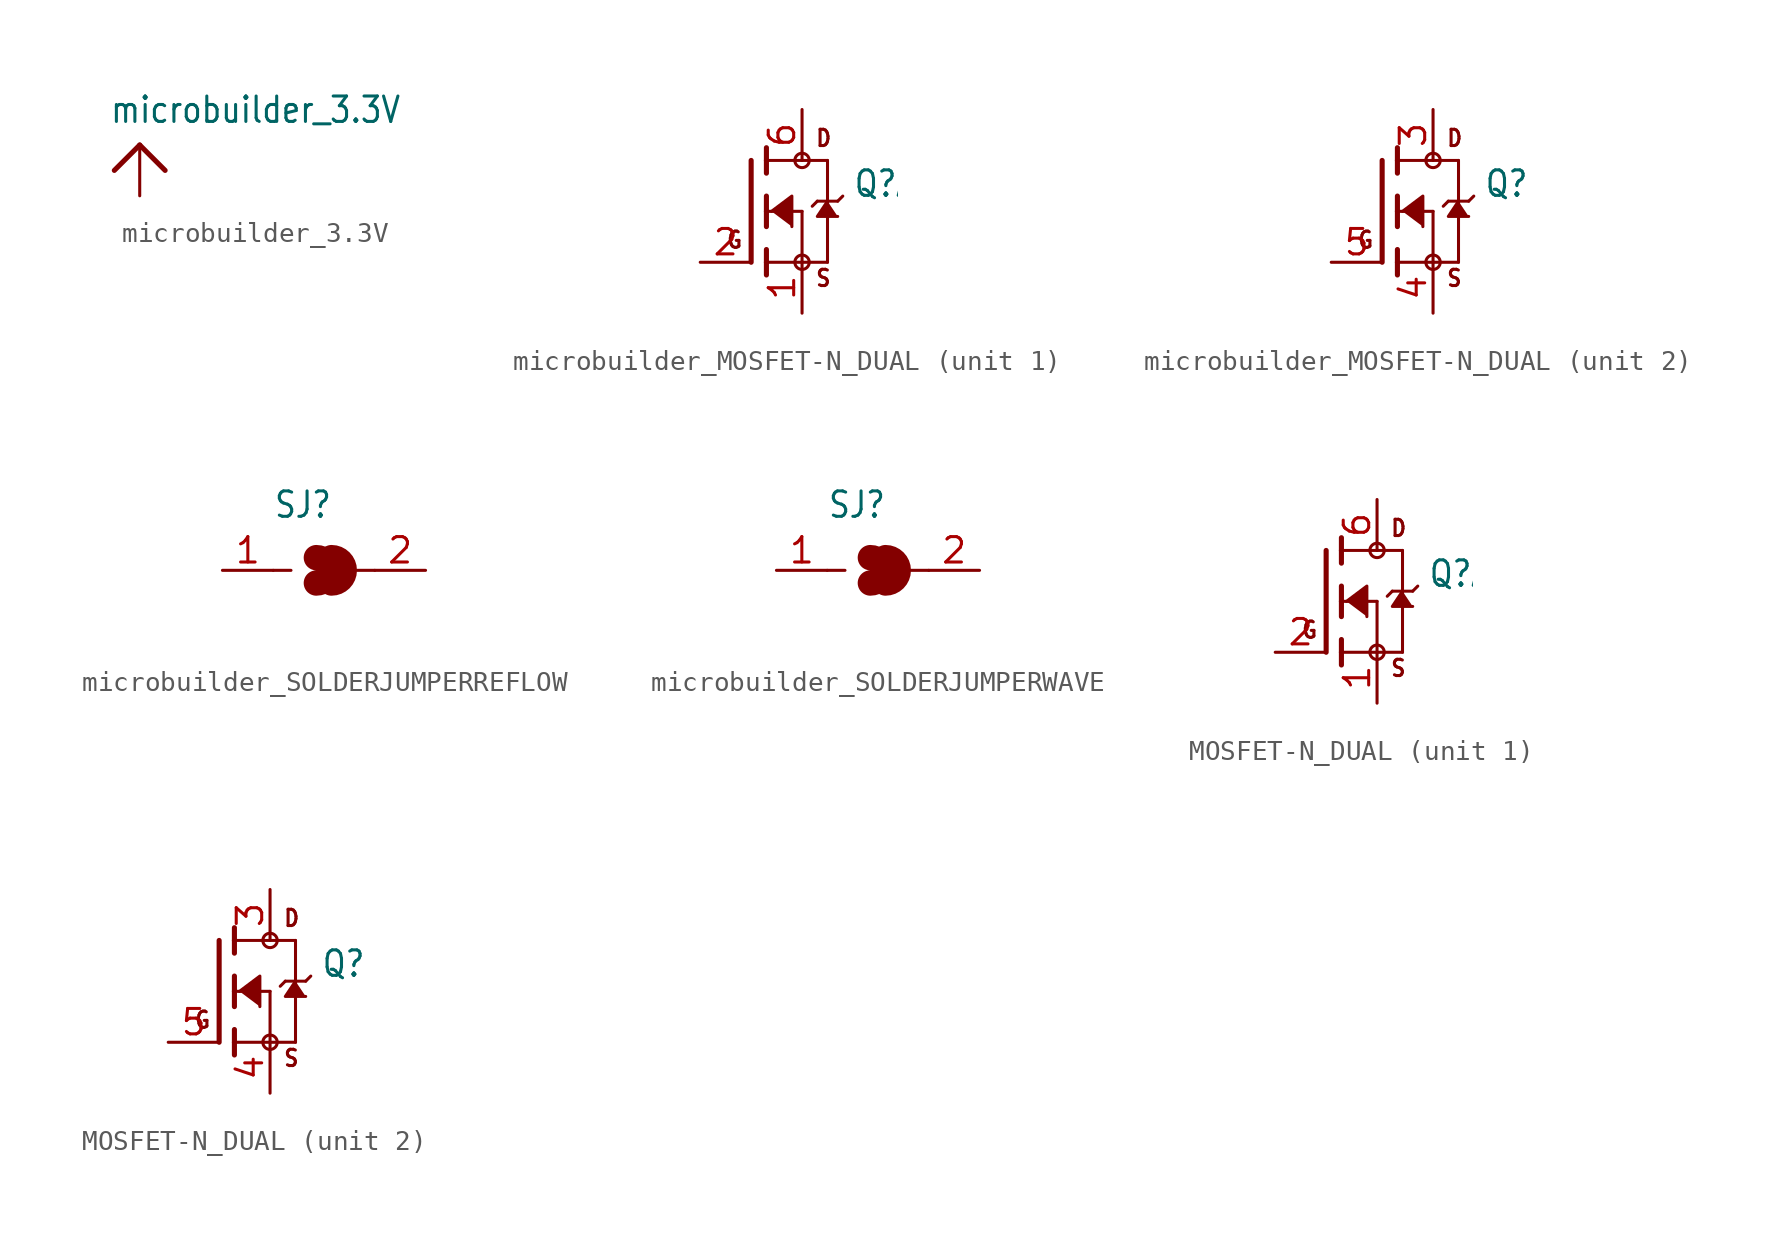
<source format=kicad_sym>
(kicad_symbol_lib
  (version 20220914)
  (generator kicad_symbol_editor)
  (symbol "microbuilder_3.3V"
    (power)
    (property "Reference" ""
      (at 0 0 0)
      (effects (font (size 1.27 1.27)) hide))
    (property "Value" "microbuilder_3.3V"
      (at -1.524 1.016 0)
      (effects (font (size 1.27 1.079)) (justify left bottom)))
    (property "ki_locked" ""
      (at 0 0 0)
      (effects (font (size 1.27 1.27))))
    (symbol "microbuilder_3.3V_1_0"
      (polyline (pts (xy -1.27 -1.27) (xy 0 0)) (stroke (width 0.254) (type solid)) (fill (type none)))
      (polyline (pts (xy 0 0) (xy 1.27 -1.27)) (stroke (width 0.254) (type solid)) (fill (type none)))
      (pin power_in line (at 0 -2.54 90) (length 2.54) (name "3.3V" (effects (font (size 0 0)))) (number "1" (effects (font (size 0 0)))))))
  (symbol "microbuilder_MOSFET-N_DUAL"
    (property "Reference" "Q"
      (at 5.08 0.635 0)
      (effects (font (size 1.27 1.079)) (justify left bottom)))
    (property "Value" ""
      (at 5.08 -1.27 0)
      (effects (font (size 1.27 1.079)) (justify left bottom)))
    (property "ki_locked" ""
      (at 0 0 0)
      (effects (font (size 1.27 1.27))))
    (symbol "microbuilder_MOSFET-N_DUAL_1_0"
      (polyline (pts (xy 0 2.54) (xy 0 -2.54)) (stroke (width 0.254) (type solid)) (fill (type none)))
      (polyline (pts (xy 0.762 -2.54) (xy 0.762 -3.175)) (stroke (width 0.254) (type solid)) (fill (type none)))
      (polyline (pts (xy 0.762 -1.905) (xy 0.762 -2.54)) (stroke (width 0.254) (type solid)) (fill (type none)))
      (polyline (pts (xy 0.762 0) (xy 0.762 -0.762)) (stroke (width 0.254) (type solid)) (fill (type none)))
      (polyline (pts (xy 0.762 0) (xy 2.54 0)) (stroke (width 0.152) (type solid)) (fill (type none)))
      (polyline (pts (xy 0.762 0.762) (xy 0.762 0)) (stroke (width 0.254) (type solid)) (fill (type none)))
      (polyline (pts (xy 0.762 2.54) (xy 0.762 1.905)) (stroke (width 0.254) (type solid)) (fill (type none)))
      (polyline (pts (xy 0.762 2.54) (xy 3.81 2.54)) (stroke (width 0.152) (type solid)) (fill (type none)))
      (polyline (pts (xy 0.762 3.175) (xy 0.762 2.54)) (stroke (width 0.254) (type solid)) (fill (type none)))
      (polyline (pts (xy 2.54 -2.54) (xy 0.762 -2.54)) (stroke (width 0.152) (type solid)) (fill (type none)))
      (polyline (pts (xy 2.54 -2.54) (xy 3.81 -2.54)) (stroke (width 0.152) (type solid)) (fill (type none)))
      (polyline (pts (xy 2.54 0) (xy 2.54 -2.54)) (stroke (width 0.152) (type solid)) (fill (type none)))
      (polyline (pts (xy 3.302 0.508) (xy 3.048 0.254)) (stroke (width 0.152) (type solid)) (fill (type none)))
      (polyline (pts (xy 3.81 0.508) (xy 3.302 0.508)) (stroke (width 0.152) (type solid)) (fill (type none)))
      (polyline (pts (xy 3.81 0.508) (xy 3.81 -2.54)) (stroke (width 0.152) (type solid)) (fill (type none)))
      (polyline (pts (xy 3.81 2.54) (xy 3.81 0.508)) (stroke (width 0.152) (type solid)) (fill (type none)))
      (polyline (pts (xy 4.318 0.508) (xy 3.81 0.508)) (stroke (width 0.152) (type solid)) (fill (type none)))
      (polyline (pts (xy 4.572 0.762) (xy 4.318 0.508)) (stroke (width 0.152) (type solid)) (fill (type none)))
      (polyline (pts (xy 1.016 0) (xy 2.032 0.762) (xy 2.032 -0.762)) (stroke (width 0.152) (type solid)) (fill (type outline)))
      (polyline (pts (xy 3.81 0.508) (xy 3.302 -0.254) (xy 4.318 -0.254)) (stroke (width 0.152) (type solid)) (fill (type outline)))
      (circle (center 2.54 -2.54) (radius 0.359) (stroke (width 0) (type solid)) (fill (type none)))
      (circle (center 2.54 2.54) (radius 0.359) (stroke (width 0) (type solid)) (fill (type none)))
      (text "D" (at 3.175 3.175 0) (effects (font (size 0.813 0.691)) (justify left bottom)))
      (text "G" (at -1.27 -1.905 0) (effects (font (size 0.813 0.691)) (justify left bottom)))
      (text "S" (at 3.175 -3.81 0) (effects (font (size 0.813 0.691)) (justify left bottom)))
      (pin bidirectional line (at 2.54 -5.08 90) (length 2.54) (name "S" (effects (font (size 0 0)))) (number "1" (effects (font (size 1.27 1.27)))))
      (pin bidirectional line (at -2.54 -2.54 0) (length 2.54) (name "G" (effects (font (size 0 0)))) (number "2" (effects (font (size 1.27 1.27)))))
      (pin bidirectional line (at 2.54 5.08 270) (length 2.54) (name "D" (effects (font (size 0 0)))) (number "6" (effects (font (size 1.27 1.27))))))
    (symbol "microbuilder_MOSFET-N_DUAL_2_0"
      (polyline (pts (xy 0 2.54) (xy 0 -2.54)) (stroke (width 0.254) (type solid)) (fill (type none)))
      (polyline (pts (xy 0.762 -2.54) (xy 0.762 -3.175)) (stroke (width 0.254) (type solid)) (fill (type none)))
      (polyline (pts (xy 0.762 -1.905) (xy 0.762 -2.54)) (stroke (width 0.254) (type solid)) (fill (type none)))
      (polyline (pts (xy 0.762 0) (xy 0.762 -0.762)) (stroke (width 0.254) (type solid)) (fill (type none)))
      (polyline (pts (xy 0.762 0) (xy 2.54 0)) (stroke (width 0.152) (type solid)) (fill (type none)))
      (polyline (pts (xy 0.762 0.762) (xy 0.762 0)) (stroke (width 0.254) (type solid)) (fill (type none)))
      (polyline (pts (xy 0.762 2.54) (xy 0.762 1.905)) (stroke (width 0.254) (type solid)) (fill (type none)))
      (polyline (pts (xy 0.762 2.54) (xy 3.81 2.54)) (stroke (width 0.152) (type solid)) (fill (type none)))
      (polyline (pts (xy 0.762 3.175) (xy 0.762 2.54)) (stroke (width 0.254) (type solid)) (fill (type none)))
      (polyline (pts (xy 2.54 -2.54) (xy 0.762 -2.54)) (stroke (width 0.152) (type solid)) (fill (type none)))
      (polyline (pts (xy 2.54 -2.54) (xy 3.81 -2.54)) (stroke (width 0.152) (type solid)) (fill (type none)))
      (polyline (pts (xy 2.54 0) (xy 2.54 -2.54)) (stroke (width 0.152) (type solid)) (fill (type none)))
      (polyline (pts (xy 3.302 0.508) (xy 3.048 0.254)) (stroke (width 0.152) (type solid)) (fill (type none)))
      (polyline (pts (xy 3.81 0.508) (xy 3.302 0.508)) (stroke (width 0.152) (type solid)) (fill (type none)))
      (polyline (pts (xy 3.81 0.508) (xy 3.81 -2.54)) (stroke (width 0.152) (type solid)) (fill (type none)))
      (polyline (pts (xy 3.81 2.54) (xy 3.81 0.508)) (stroke (width 0.152) (type solid)) (fill (type none)))
      (polyline (pts (xy 4.318 0.508) (xy 3.81 0.508)) (stroke (width 0.152) (type solid)) (fill (type none)))
      (polyline (pts (xy 4.572 0.762) (xy 4.318 0.508)) (stroke (width 0.152) (type solid)) (fill (type none)))
      (polyline (pts (xy 1.016 0) (xy 2.032 0.762) (xy 2.032 -0.762)) (stroke (width 0.152) (type solid)) (fill (type outline)))
      (polyline (pts (xy 3.81 0.508) (xy 3.302 -0.254) (xy 4.318 -0.254)) (stroke (width 0.152) (type solid)) (fill (type outline)))
      (circle (center 2.54 -2.54) (radius 0.359) (stroke (width 0) (type solid)) (fill (type none)))
      (circle (center 2.54 2.54) (radius 0.359) (stroke (width 0) (type solid)) (fill (type none)))
      (text "D" (at 3.175 3.175 0) (effects (font (size 0.813 0.691)) (justify left bottom)))
      (text "G" (at -1.27 -1.905 0) (effects (font (size 0.813 0.691)) (justify left bottom)))
      (text "S" (at 3.175 -3.81 0) (effects (font (size 0.813 0.691)) (justify left bottom)))
      (pin bidirectional line (at 2.54 5.08 270) (length 2.54) (name "D" (effects (font (size 0 0)))) (number "3" (effects (font (size 1.27 1.27)))))
      (pin bidirectional line (at 2.54 -5.08 90) (length 2.54) (name "S" (effects (font (size 0 0)))) (number "4" (effects (font (size 1.27 1.27)))))
      (pin bidirectional line (at -2.54 -2.54 0) (length 2.54) (name "G" (effects (font (size 0 0)))) (number "5" (effects (font (size 1.27 1.27)))))))
  (symbol "microbuilder_SOLDERJUMPERREFLOW"
    (property "Reference" "SJ"
      (at -2.54 2.54 0)
      (effects (font (size 1.27 1.079)) (justify left bottom)))
    (property "Value" ""
      (at -2.54 -3.81 0)
      (effects (font (size 1.27 1.079)) (justify left bottom)))
    (property "ki_locked" ""
      (at 0 0 0)
      (effects (font (size 1.27 1.27))))
    (symbol "microbuilder_SOLDERJUMPERREFLOW_1_0"
      (arc (start -0.381 -0.635) (mid 0.2541 -0.0001) (end -0.3808 0.635) (stroke (width 1.27) (type solid)) (fill (type none)))
      (polyline (pts (xy -2.54 0) (xy -1.651 0)) (stroke (width 0.152) (type solid)) (fill (type none)))
      (polyline (pts (xy 2.54 0) (xy 1.651 0)) (stroke (width 0.152) (type solid)) (fill (type none)))
      (arc (start 0.3808 -0.635) (mid 1.0132 -0.0001) (end 0.381 0.635) (stroke (width 1.27) (type solid)) (fill (type none)))
      (pin passive line (at -5.08 0 0) (length 2.54) (name "1" (effects (font (size 0 0)))) (number "1" (effects (font (size 1.27 1.27)))))
      (pin passive line (at 5.08 0 180) (length 2.54) (name "2" (effects (font (size 0 0)))) (number "2" (effects (font (size 1.27 1.27)))))))
  (symbol "microbuilder_SOLDERJUMPERWAVE"
    (property "Reference" "SJ"
      (at -2.54 2.54 0)
      (effects (font (size 1.27 1.079)) (justify left bottom)))
    (property "Value" ""
      (at -2.54 -3.81 0)
      (effects (font (size 1.27 1.079)) (justify left bottom)))
    (property "ki_locked" ""
      (at 0 0 0)
      (effects (font (size 1.27 1.27))))
    (symbol "microbuilder_SOLDERJUMPERWAVE_1_0"
      (arc (start -0.381 -0.635) (mid 0.2541 -0.0001) (end -0.3808 0.635) (stroke (width 1.27) (type solid)) (fill (type none)))
      (polyline (pts (xy -2.54 0) (xy -1.651 0)) (stroke (width 0.152) (type solid)) (fill (type none)))
      (polyline (pts (xy 2.54 0) (xy 1.651 0)) (stroke (width 0.152) (type solid)) (fill (type none)))
      (arc (start 0.3808 -0.635) (mid 1.0132 -0.0001) (end 0.381 0.635) (stroke (width 1.27) (type solid)) (fill (type none)))
      (pin passive line (at -5.08 0 0) (length 2.54) (name "1" (effects (font (size 0 0)))) (number "1" (effects (font (size 1.27 1.27)))))
      (pin passive line (at 5.08 0 180) (length 2.54) (name "2" (effects (font (size 0 0)))) (number "2" (effects (font (size 1.27 1.27)))))))
  (symbol "MOSFET-N_DUAL"
    (property "Reference" "Q"
      (at 5.08 0.635 0)
      (effects (font (size 1.27 1.079)) (justify left bottom)))
    (property "Value" ""
      (at 5.08 -1.27 0)
      (effects (font (size 1.27 1.079)) (justify left bottom)))
    (property "ki_locked" ""
      (at 0 0 0)
      (effects (font (size 1.27 1.27))))
    (symbol "MOSFET-N_DUAL_1_0"
      (polyline (pts (xy 0 2.54) (xy 0 -2.54)) (stroke (width 0.254) (type solid)) (fill (type none)))
      (polyline (pts (xy 0.762 -2.54) (xy 0.762 -3.175)) (stroke (width 0.254) (type solid)) (fill (type none)))
      (polyline (pts (xy 0.762 -1.905) (xy 0.762 -2.54)) (stroke (width 0.254) (type solid)) (fill (type none)))
      (polyline (pts (xy 0.762 0) (xy 0.762 -0.762)) (stroke (width 0.254) (type solid)) (fill (type none)))
      (polyline (pts (xy 0.762 0) (xy 2.54 0)) (stroke (width 0.152) (type solid)) (fill (type none)))
      (polyline (pts (xy 0.762 0.762) (xy 0.762 0)) (stroke (width 0.254) (type solid)) (fill (type none)))
      (polyline (pts (xy 0.762 2.54) (xy 0.762 1.905)) (stroke (width 0.254) (type solid)) (fill (type none)))
      (polyline (pts (xy 0.762 2.54) (xy 3.81 2.54)) (stroke (width 0.152) (type solid)) (fill (type none)))
      (polyline (pts (xy 0.762 3.175) (xy 0.762 2.54)) (stroke (width 0.254) (type solid)) (fill (type none)))
      (polyline (pts (xy 2.54 -2.54) (xy 0.762 -2.54)) (stroke (width 0.152) (type solid)) (fill (type none)))
      (polyline (pts (xy 2.54 -2.54) (xy 3.81 -2.54)) (stroke (width 0.152) (type solid)) (fill (type none)))
      (polyline (pts (xy 2.54 0) (xy 2.54 -2.54)) (stroke (width 0.152) (type solid)) (fill (type none)))
      (polyline (pts (xy 3.302 0.508) (xy 3.048 0.254)) (stroke (width 0.152) (type solid)) (fill (type none)))
      (polyline (pts (xy 3.81 0.508) (xy 3.302 0.508)) (stroke (width 0.152) (type solid)) (fill (type none)))
      (polyline (pts (xy 3.81 0.508) (xy 3.81 -2.54)) (stroke (width 0.152) (type solid)) (fill (type none)))
      (polyline (pts (xy 3.81 2.54) (xy 3.81 0.508)) (stroke (width 0.152) (type solid)) (fill (type none)))
      (polyline (pts (xy 4.318 0.508) (xy 3.81 0.508)) (stroke (width 0.152) (type solid)) (fill (type none)))
      (polyline (pts (xy 4.572 0.762) (xy 4.318 0.508)) (stroke (width 0.152) (type solid)) (fill (type none)))
      (polyline (pts (xy 1.016 0) (xy 2.032 0.762) (xy 2.032 -0.762)) (stroke (width 0.152) (type solid)) (fill (type outline)))
      (polyline (pts (xy 3.81 0.508) (xy 3.302 -0.254) (xy 4.318 -0.254)) (stroke (width 0.152) (type solid)) (fill (type outline)))
      (circle (center 2.54 -2.54) (radius 0.359) (stroke (width 0) (type solid)) (fill (type none)))
      (circle (center 2.54 2.54) (radius 0.359) (stroke (width 0) (type solid)) (fill (type none)))
      (text "D" (at 3.175 3.175 0) (effects (font (size 0.813 0.691)) (justify left bottom)))
      (text "G" (at -1.27 -1.905 0) (effects (font (size 0.813 0.691)) (justify left bottom)))
      (text "S" (at 3.175 -3.81 0) (effects (font (size 0.813 0.691)) (justify left bottom)))
      (pin bidirectional line (at 2.54 -5.08 90) (length 2.54) (name "S" (effects (font (size 0 0)))) (number "1" (effects (font (size 1.27 1.27)))))
      (pin bidirectional line (at -2.54 -2.54 0) (length 2.54) (name "G" (effects (font (size 0 0)))) (number "2" (effects (font (size 1.27 1.27)))))
      (pin bidirectional line (at 2.54 5.08 270) (length 2.54) (name "D" (effects (font (size 0 0)))) (number "6" (effects (font (size 1.27 1.27))))))
    (symbol "MOSFET-N_DUAL_2_0"
      (polyline (pts (xy 0 2.54) (xy 0 -2.54)) (stroke (width 0.254) (type solid)) (fill (type none)))
      (polyline (pts (xy 0.762 -2.54) (xy 0.762 -3.175)) (stroke (width 0.254) (type solid)) (fill (type none)))
      (polyline (pts (xy 0.762 -1.905) (xy 0.762 -2.54)) (stroke (width 0.254) (type solid)) (fill (type none)))
      (polyline (pts (xy 0.762 0) (xy 0.762 -0.762)) (stroke (width 0.254) (type solid)) (fill (type none)))
      (polyline (pts (xy 0.762 0) (xy 2.54 0)) (stroke (width 0.152) (type solid)) (fill (type none)))
      (polyline (pts (xy 0.762 0.762) (xy 0.762 0)) (stroke (width 0.254) (type solid)) (fill (type none)))
      (polyline (pts (xy 0.762 2.54) (xy 0.762 1.905)) (stroke (width 0.254) (type solid)) (fill (type none)))
      (polyline (pts (xy 0.762 2.54) (xy 3.81 2.54)) (stroke (width 0.152) (type solid)) (fill (type none)))
      (polyline (pts (xy 0.762 3.175) (xy 0.762 2.54)) (stroke (width 0.254) (type solid)) (fill (type none)))
      (polyline (pts (xy 2.54 -2.54) (xy 0.762 -2.54)) (stroke (width 0.152) (type solid)) (fill (type none)))
      (polyline (pts (xy 2.54 -2.54) (xy 3.81 -2.54)) (stroke (width 0.152) (type solid)) (fill (type none)))
      (polyline (pts (xy 2.54 0) (xy 2.54 -2.54)) (stroke (width 0.152) (type solid)) (fill (type none)))
      (polyline (pts (xy 3.302 0.508) (xy 3.048 0.254)) (stroke (width 0.152) (type solid)) (fill (type none)))
      (polyline (pts (xy 3.81 0.508) (xy 3.302 0.508)) (stroke (width 0.152) (type solid)) (fill (type none)))
      (polyline (pts (xy 3.81 0.508) (xy 3.81 -2.54)) (stroke (width 0.152) (type solid)) (fill (type none)))
      (polyline (pts (xy 3.81 2.54) (xy 3.81 0.508)) (stroke (width 0.152) (type solid)) (fill (type none)))
      (polyline (pts (xy 4.318 0.508) (xy 3.81 0.508)) (stroke (width 0.152) (type solid)) (fill (type none)))
      (polyline (pts (xy 4.572 0.762) (xy 4.318 0.508)) (stroke (width 0.152) (type solid)) (fill (type none)))
      (polyline (pts (xy 1.016 0) (xy 2.032 0.762) (xy 2.032 -0.762)) (stroke (width 0.152) (type solid)) (fill (type outline)))
      (polyline (pts (xy 3.81 0.508) (xy 3.302 -0.254) (xy 4.318 -0.254)) (stroke (width 0.152) (type solid)) (fill (type outline)))
      (circle (center 2.54 -2.54) (radius 0.359) (stroke (width 0) (type solid)) (fill (type none)))
      (circle (center 2.54 2.54) (radius 0.359) (stroke (width 0) (type solid)) (fill (type none)))
      (text "D" (at 3.175 3.175 0) (effects (font (size 0.813 0.691)) (justify left bottom)))
      (text "G" (at -1.27 -1.905 0) (effects (font (size 0.813 0.691)) (justify left bottom)))
      (text "S" (at 3.175 -3.81 0) (effects (font (size 0.813 0.691)) (justify left bottom)))
      (pin bidirectional line (at 2.54 5.08 270) (length 2.54) (name "D" (effects (font (size 0 0)))) (number "3" (effects (font (size 1.27 1.27)))))
      (pin bidirectional line (at 2.54 -5.08 90) (length 2.54) (name "S" (effects (font (size 0 0)))) (number "4" (effects (font (size 1.27 1.27)))))
      (pin bidirectional line (at -2.54 -2.54 0) (length 2.54) (name "G" (effects (font (size 0 0)))) (number "5" (effects (font (size 1.27 1.27))))))))
</source>
